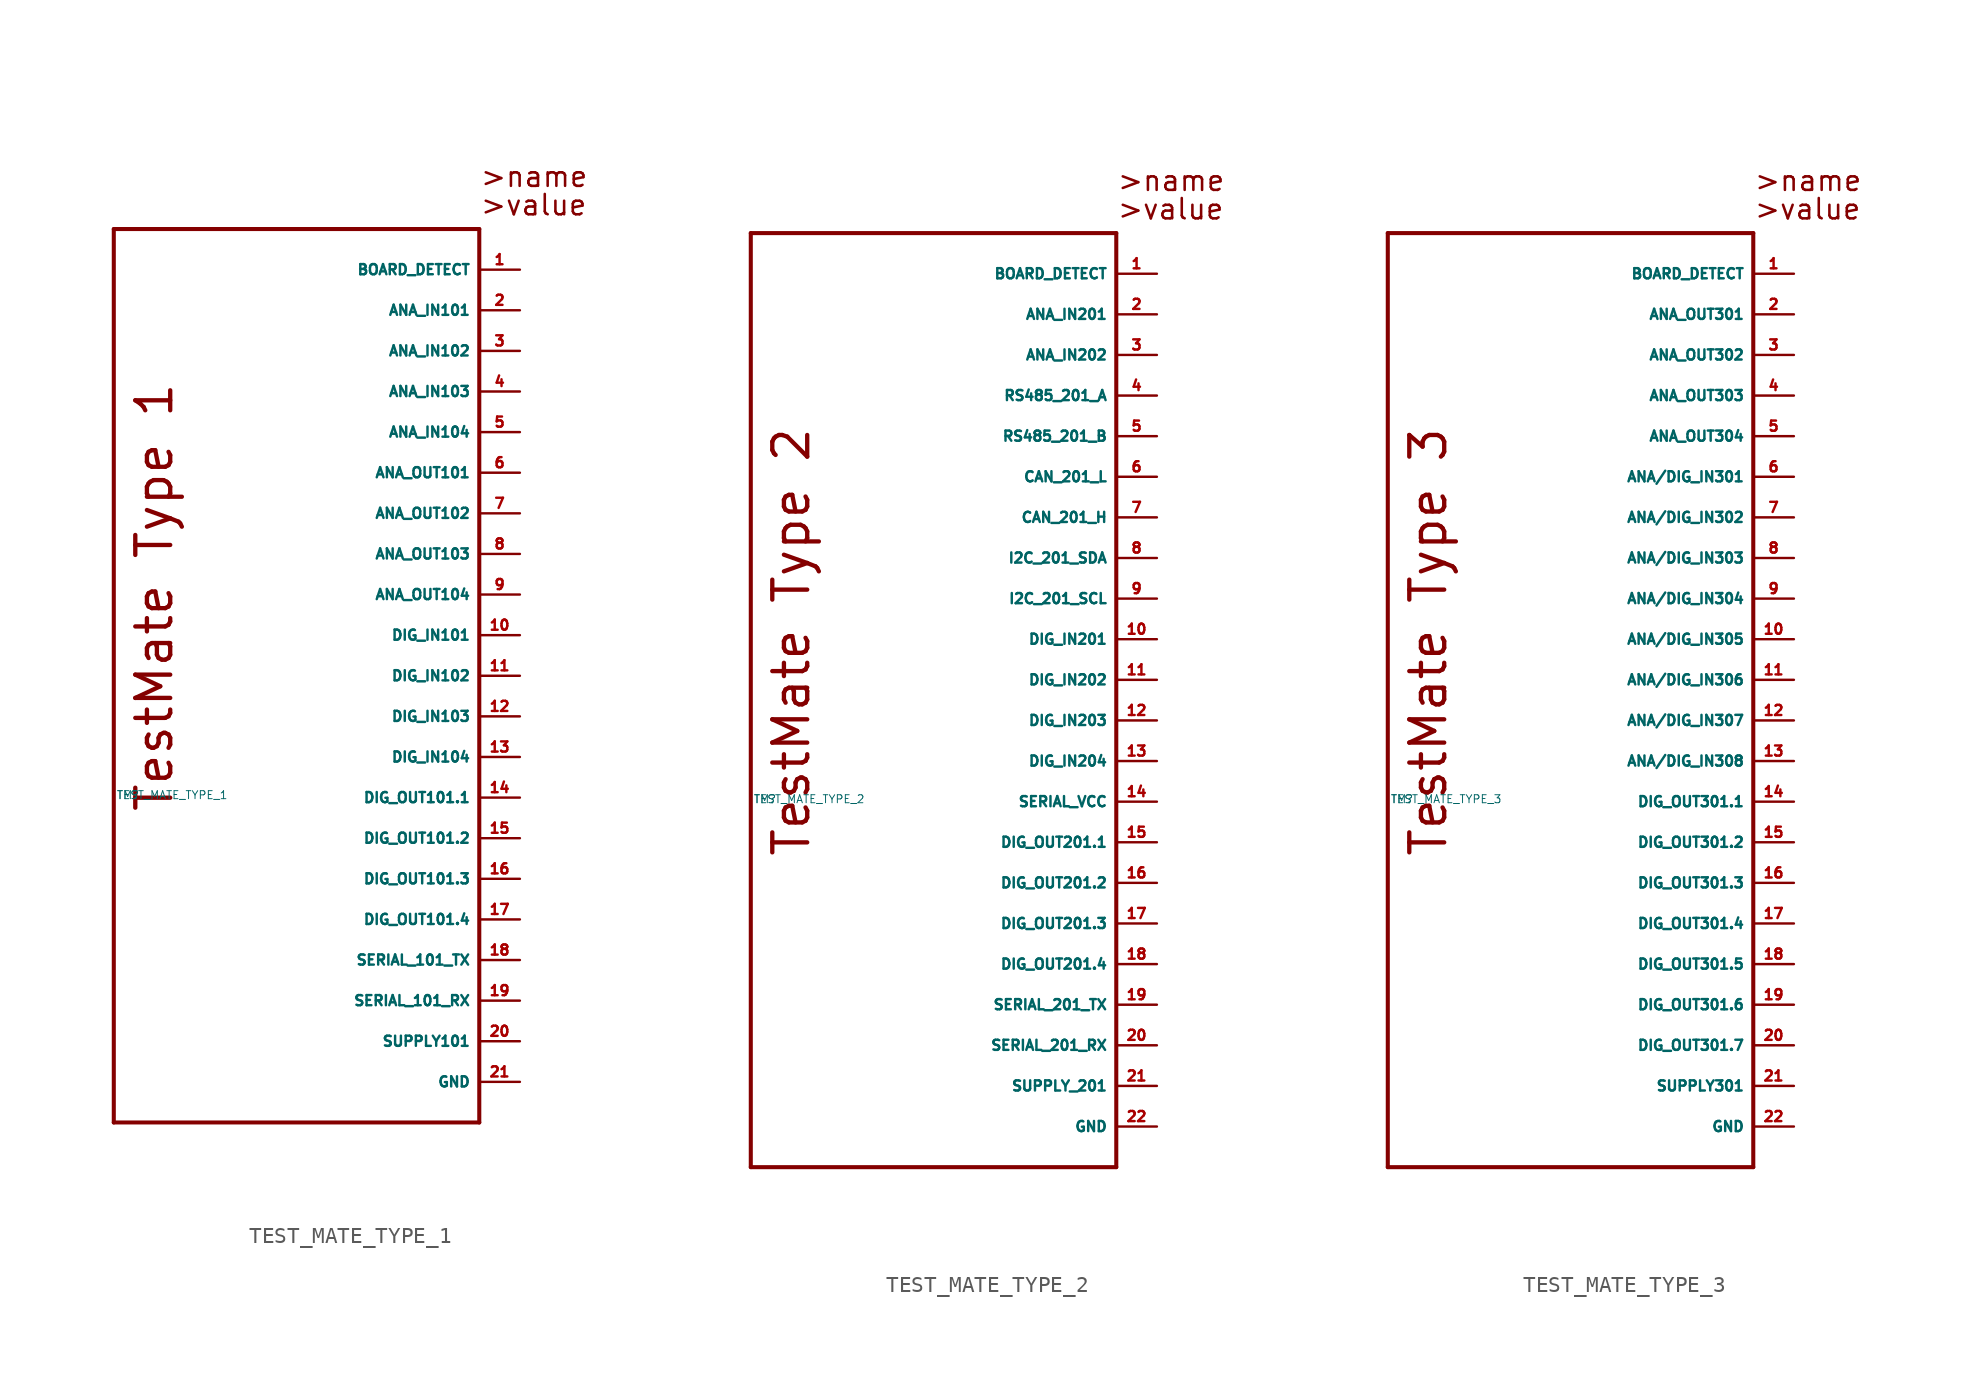
<source format=kicad_sym>
(kicad_symbol_lib
  (version 20220914)
  (generator Eagle2Kicad)
  (symbol "TEST_MATE_TYPE_1"
    (property "Reference" "TM"
      (at -10 -10 0)
      (effects (font (size 0.5 0.5) (thickness 0.06)) (justify left)))
    (property "Value" "TEST_MATE_TYPE_1"
      (at -10 -10 0)
      (effects (font (size 0.5 0.5) (thickness 0.06)) (justify left)))
    (polyline
      (pts (xy 12.7 25.4) (xy -10.16 25.4))
      (stroke (width 0.254) (type default))
      (fill (type none)))
    (polyline
      (pts (xy -10.16 25.4) (xy -10.16 -30.48))
      (stroke (width 0.254) (type default))
      (fill (type none)))
    (polyline
      (pts (xy -10.16 -30.48) (xy 12.7 -30.48))
      (stroke (width 0.254) (type default))
      (fill (type none)))
    (polyline
      (pts (xy 12.7 -30.48) (xy 12.7 25.4))
      (stroke (width 0.254) (type default))
      (fill (type none)))
    (text ">name"
      (at 12.7 27.94 0)
      (effects (font (size 1.27 1.27) (thickness 0.16)) (justify left bottom mirror)))
    (text ">value"
      (at 12.7 26.162 0)
      (effects (font (size 1.27 1.27) (thickness 0.16)) (justify left bottom mirror)))
    (text "TestMate Type 1"
      (at -6.35 -11.176 900)
      (effects (font (size 2.184 2.184) (thickness 0.27)) (justify left bottom)))
    (pin bidirectional line
      (at 15.24 22.86 180)
      (length 2.54)
      (name "BOARD_DETECT" (effects (font (size 0.635 0.635) (thickness 0.08)) (justify left bottom)))
      (number "1" (effects (font (size 0.635 0.635) (thickness 0.08)) (justify left bottom))))
    (pin bidirectional line
      (at 15.24 20.32 180)
      (length 2.54)
      (name "ANA_IN101" (effects (font (size 0.635 0.635) (thickness 0.08)) (justify left bottom)))
      (number "2" (effects (font (size 0.635 0.635) (thickness 0.08)) (justify left bottom))))
    (pin bidirectional line
      (at 15.24 17.78 180)
      (length 2.54)
      (name "ANA_IN102" (effects (font (size 0.635 0.635) (thickness 0.08)) (justify left bottom)))
      (number "3" (effects (font (size 0.635 0.635) (thickness 0.08)) (justify left bottom))))
    (pin bidirectional line
      (at 15.24 15.24 180)
      (length 2.54)
      (name "ANA_IN103" (effects (font (size 0.635 0.635) (thickness 0.08)) (justify left bottom)))
      (number "4" (effects (font (size 0.635 0.635) (thickness 0.08)) (justify left bottom))))
    (pin bidirectional line
      (at 15.24 12.7 180)
      (length 2.54)
      (name "ANA_IN104" (effects (font (size 0.635 0.635) (thickness 0.08)) (justify left bottom)))
      (number "5" (effects (font (size 0.635 0.635) (thickness 0.08)) (justify left bottom))))
    (pin bidirectional line
      (at 15.24 10.16 180)
      (length 2.54)
      (name "ANA_OUT101" (effects (font (size 0.635 0.635) (thickness 0.08)) (justify left bottom)))
      (number "6" (effects (font (size 0.635 0.635) (thickness 0.08)) (justify left bottom))))
    (pin bidirectional line
      (at 15.24 7.62 180)
      (length 2.54)
      (name "ANA_OUT102" (effects (font (size 0.635 0.635) (thickness 0.08)) (justify left bottom)))
      (number "7" (effects (font (size 0.635 0.635) (thickness 0.08)) (justify left bottom))))
    (pin bidirectional line
      (at 15.24 5.08 180)
      (length 2.54)
      (name "ANA_OUT103" (effects (font (size 0.635 0.635) (thickness 0.08)) (justify left bottom)))
      (number "8" (effects (font (size 0.635 0.635) (thickness 0.08)) (justify left bottom))))
    (pin bidirectional line
      (at 15.24 2.54 180)
      (length 2.54)
      (name "ANA_OUT104" (effects (font (size 0.635 0.635) (thickness 0.08)) (justify left bottom)))
      (number "9" (effects (font (size 0.635 0.635) (thickness 0.08)) (justify left bottom))))
    (pin bidirectional line
      (at 15.24 0 180)
      (length 2.54)
      (name "DIG_IN101" (effects (font (size 0.635 0.635) (thickness 0.08)) (justify left bottom)))
      (number "10" (effects (font (size 0.635 0.635) (thickness 0.08)) (justify left bottom))))
    (pin bidirectional line
      (at 15.24 -2.54 180)
      (length 2.54)
      (name "DIG_IN102" (effects (font (size 0.635 0.635) (thickness 0.08)) (justify left bottom)))
      (number "11" (effects (font (size 0.635 0.635) (thickness 0.08)) (justify left bottom))))
    (pin bidirectional line
      (at 15.24 -5.08 180)
      (length 2.54)
      (name "DIG_IN103" (effects (font (size 0.635 0.635) (thickness 0.08)) (justify left bottom)))
      (number "12" (effects (font (size 0.635 0.635) (thickness 0.08)) (justify left bottom))))
    (pin bidirectional line
      (at 15.24 -7.62 180)
      (length 2.54)
      (name "DIG_IN104" (effects (font (size 0.635 0.635) (thickness 0.08)) (justify left bottom)))
      (number "13" (effects (font (size 0.635 0.635) (thickness 0.08)) (justify left bottom))))
    (pin bidirectional line
      (at 15.24 -10.16 180)
      (length 2.54)
      (name "DIG_OUT101.1" (effects (font (size 0.635 0.635) (thickness 0.08)) (justify left bottom)))
      (number "14" (effects (font (size 0.635 0.635) (thickness 0.08)) (justify left bottom))))
    (pin bidirectional line
      (at 15.24 -12.7 180)
      (length 2.54)
      (name "DIG_OUT101.2" (effects (font (size 0.635 0.635) (thickness 0.08)) (justify left bottom)))
      (number "15" (effects (font (size 0.635 0.635) (thickness 0.08)) (justify left bottom))))
    (pin bidirectional line
      (at 15.24 -15.24 180)
      (length 2.54)
      (name "DIG_OUT101.3" (effects (font (size 0.635 0.635) (thickness 0.08)) (justify left bottom)))
      (number "16" (effects (font (size 0.635 0.635) (thickness 0.08)) (justify left bottom))))
    (pin bidirectional line
      (at 15.24 -17.78 180)
      (length 2.54)
      (name "DIG_OUT101.4" (effects (font (size 0.635 0.635) (thickness 0.08)) (justify left bottom)))
      (number "17" (effects (font (size 0.635 0.635) (thickness 0.08)) (justify left bottom))))
    (pin bidirectional line
      (at 15.24 -20.32 180)
      (length 2.54)
      (name "SERIAL_101_TX" (effects (font (size 0.635 0.635) (thickness 0.08)) (justify left bottom)))
      (number "18" (effects (font (size 0.635 0.635) (thickness 0.08)) (justify left bottom))))
    (pin bidirectional line
      (at 15.24 -22.86 180)
      (length 2.54)
      (name "SERIAL_101_RX" (effects (font (size 0.635 0.635) (thickness 0.08)) (justify left bottom)))
      (number "19" (effects (font (size 0.635 0.635) (thickness 0.08)) (justify left bottom))))
    (pin bidirectional line
      (at 15.24 -25.4 180)
      (length 2.54)
      (name "SUPPLY101" (effects (font (size 0.635 0.635) (thickness 0.08)) (justify left bottom)))
      (number "20" (effects (font (size 0.635 0.635) (thickness 0.08)) (justify left bottom))))
    (pin bidirectional line
      (at 15.24 -27.94 180)
      (length 2.54)
      (name "GND" (effects (font (size 0.635 0.635) (thickness 0.08)) (justify left bottom)))
      (number "21" (effects (font (size 0.635 0.635) (thickness 0.08)) (justify left bottom)))))
  (symbol "TEST_MATE_TYPE_2"
    (property "Reference" "TM"
      (at -10 -10 0)
      (effects (font (size 0.5 0.5) (thickness 0.06)) (justify left)))
    (property "Value" "TEST_MATE_TYPE_2"
      (at -10 -10 0)
      (effects (font (size 0.5 0.5) (thickness 0.06)) (justify left)))
    (polyline
      (pts (xy 12.7 25.4) (xy -10.16 25.4))
      (stroke (width 0.254) (type default))
      (fill (type none)))
    (polyline
      (pts (xy -10.16 25.4) (xy -10.16 -33.02))
      (stroke (width 0.254) (type default))
      (fill (type none)))
    (polyline
      (pts (xy -10.16 -33.02) (xy 12.7 -33.02))
      (stroke (width 0.254) (type default))
      (fill (type none)))
    (polyline
      (pts (xy 12.7 -33.02) (xy 12.7 25.4))
      (stroke (width 0.254) (type default))
      (fill (type none)))
    (text ">name"
      (at 12.7 27.94 0)
      (effects (font (size 1.27 1.27) (thickness 0.16)) (justify left bottom mirror)))
    (text ">value"
      (at 12.7 26.162 0)
      (effects (font (size 1.27 1.27) (thickness 0.16)) (justify left bottom mirror)))
    (text "TestMate Type 2"
      (at -6.35 -13.716 900)
      (effects (font (size 2.184 2.184) (thickness 0.27)) (justify left bottom)))
    (pin bidirectional line
      (at 15.24 22.86 180)
      (length 2.54)
      (name "BOARD_DETECT" (effects (font (size 0.635 0.635) (thickness 0.08)) (justify left bottom)))
      (number "1" (effects (font (size 0.635 0.635) (thickness 0.08)) (justify left bottom))))
    (pin bidirectional line
      (at 15.24 20.32 180)
      (length 2.54)
      (name "ANA_IN201" (effects (font (size 0.635 0.635) (thickness 0.08)) (justify left bottom)))
      (number "2" (effects (font (size 0.635 0.635) (thickness 0.08)) (justify left bottom))))
    (pin bidirectional line
      (at 15.24 17.78 180)
      (length 2.54)
      (name "ANA_IN202" (effects (font (size 0.635 0.635) (thickness 0.08)) (justify left bottom)))
      (number "3" (effects (font (size 0.635 0.635) (thickness 0.08)) (justify left bottom))))
    (pin bidirectional line
      (at 15.24 15.24 180)
      (length 2.54)
      (name "RS485_201_A" (effects (font (size 0.635 0.635) (thickness 0.08)) (justify left bottom)))
      (number "4" (effects (font (size 0.635 0.635) (thickness 0.08)) (justify left bottom))))
    (pin bidirectional line
      (at 15.24 12.7 180)
      (length 2.54)
      (name "RS485_201_B" (effects (font (size 0.635 0.635) (thickness 0.08)) (justify left bottom)))
      (number "5" (effects (font (size 0.635 0.635) (thickness 0.08)) (justify left bottom))))
    (pin bidirectional line
      (at 15.24 10.16 180)
      (length 2.54)
      (name "CAN_201_L" (effects (font (size 0.635 0.635) (thickness 0.08)) (justify left bottom)))
      (number "6" (effects (font (size 0.635 0.635) (thickness 0.08)) (justify left bottom))))
    (pin bidirectional line
      (at 15.24 7.62 180)
      (length 2.54)
      (name "CAN_201_H" (effects (font (size 0.635 0.635) (thickness 0.08)) (justify left bottom)))
      (number "7" (effects (font (size 0.635 0.635) (thickness 0.08)) (justify left bottom))))
    (pin bidirectional line
      (at 15.24 5.08 180)
      (length 2.54)
      (name "I2C_201_SDA" (effects (font (size 0.635 0.635) (thickness 0.08)) (justify left bottom)))
      (number "8" (effects (font (size 0.635 0.635) (thickness 0.08)) (justify left bottom))))
    (pin bidirectional line
      (at 15.24 2.54 180)
      (length 2.54)
      (name "I2C_201_SCL" (effects (font (size 0.635 0.635) (thickness 0.08)) (justify left bottom)))
      (number "9" (effects (font (size 0.635 0.635) (thickness 0.08)) (justify left bottom))))
    (pin bidirectional line
      (at 15.24 0 180)
      (length 2.54)
      (name "DIG_IN201" (effects (font (size 0.635 0.635) (thickness 0.08)) (justify left bottom)))
      (number "10" (effects (font (size 0.635 0.635) (thickness 0.08)) (justify left bottom))))
    (pin bidirectional line
      (at 15.24 -2.54 180)
      (length 2.54)
      (name "DIG_IN202" (effects (font (size 0.635 0.635) (thickness 0.08)) (justify left bottom)))
      (number "11" (effects (font (size 0.635 0.635) (thickness 0.08)) (justify left bottom))))
    (pin bidirectional line
      (at 15.24 -5.08 180)
      (length 2.54)
      (name "DIG_IN203" (effects (font (size 0.635 0.635) (thickness 0.08)) (justify left bottom)))
      (number "12" (effects (font (size 0.635 0.635) (thickness 0.08)) (justify left bottom))))
    (pin bidirectional line
      (at 15.24 -7.62 180)
      (length 2.54)
      (name "DIG_IN204" (effects (font (size 0.635 0.635) (thickness 0.08)) (justify left bottom)))
      (number "13" (effects (font (size 0.635 0.635) (thickness 0.08)) (justify left bottom))))
    (pin bidirectional line
      (at 15.24 -12.7 180)
      (length 2.54)
      (name "DIG_OUT201.1" (effects (font (size 0.635 0.635) (thickness 0.08)) (justify left bottom)))
      (number "15" (effects (font (size 0.635 0.635) (thickness 0.08)) (justify left bottom))))
    (pin bidirectional line
      (at 15.24 -15.24 180)
      (length 2.54)
      (name "DIG_OUT201.2" (effects (font (size 0.635 0.635) (thickness 0.08)) (justify left bottom)))
      (number "16" (effects (font (size 0.635 0.635) (thickness 0.08)) (justify left bottom))))
    (pin bidirectional line
      (at 15.24 -17.78 180)
      (length 2.54)
      (name "DIG_OUT201.3" (effects (font (size 0.635 0.635) (thickness 0.08)) (justify left bottom)))
      (number "17" (effects (font (size 0.635 0.635) (thickness 0.08)) (justify left bottom))))
    (pin bidirectional line
      (at 15.24 -20.32 180)
      (length 2.54)
      (name "DIG_OUT201.4" (effects (font (size 0.635 0.635) (thickness 0.08)) (justify left bottom)))
      (number "18" (effects (font (size 0.635 0.635) (thickness 0.08)) (justify left bottom))))
    (pin bidirectional line
      (at 15.24 -22.86 180)
      (length 2.54)
      (name "SERIAL_201_TX" (effects (font (size 0.635 0.635) (thickness 0.08)) (justify left bottom)))
      (number "19" (effects (font (size 0.635 0.635) (thickness 0.08)) (justify left bottom))))
    (pin bidirectional line
      (at 15.24 -25.4 180)
      (length 2.54)
      (name "SERIAL_201_RX" (effects (font (size 0.635 0.635) (thickness 0.08)) (justify left bottom)))
      (number "20" (effects (font (size 0.635 0.635) (thickness 0.08)) (justify left bottom))))
    (pin bidirectional line
      (at 15.24 -27.94 180)
      (length 2.54)
      (name "SUPPLY_201" (effects (font (size 0.635 0.635) (thickness 0.08)) (justify left bottom)))
      (number "21" (effects (font (size 0.635 0.635) (thickness 0.08)) (justify left bottom))))
    (pin bidirectional line
      (at 15.24 -30.48 180)
      (length 2.54)
      (name "GND" (effects (font (size 0.635 0.635) (thickness 0.08)) (justify left bottom)))
      (number "22" (effects (font (size 0.635 0.635) (thickness 0.08)) (justify left bottom))))
    (pin bidirectional line
      (at 15.24 -10.16 180)
      (length 2.54)
      (name "SERIAL_VCC" (effects (font (size 0.635 0.635) (thickness 0.08)) (justify left bottom)))
      (number "14" (effects (font (size 0.635 0.635) (thickness 0.08)) (justify left bottom)))))
  (symbol "TEST_MATE_TYPE_3"
    (property "Reference" "TM"
      (at -10 -10 0)
      (effects (font (size 0.5 0.5) (thickness 0.06)) (justify left)))
    (property "Value" "TEST_MATE_TYPE_3"
      (at -10 -10 0)
      (effects (font (size 0.5 0.5) (thickness 0.06)) (justify left)))
    (polyline
      (pts (xy 12.7 25.4) (xy -10.16 25.4))
      (stroke (width 0.254) (type default))
      (fill (type none)))
    (polyline
      (pts (xy -10.16 25.4) (xy -10.16 -33.02))
      (stroke (width 0.254) (type default))
      (fill (type none)))
    (polyline
      (pts (xy -10.16 -33.02) (xy 12.7 -33.02))
      (stroke (width 0.254) (type default))
      (fill (type none)))
    (polyline
      (pts (xy 12.7 -33.02) (xy 12.7 25.4))
      (stroke (width 0.254) (type default))
      (fill (type none)))
    (text ">name"
      (at 12.7 27.94 0)
      (effects (font (size 1.27 1.27) (thickness 0.16)) (justify left bottom mirror)))
    (text ">value"
      (at 12.7 26.162 0)
      (effects (font (size 1.27 1.27) (thickness 0.16)) (justify left bottom mirror)))
    (text "TestMate Type 3"
      (at -6.35 -13.716 900)
      (effects (font (size 2.184 2.184) (thickness 0.27)) (justify left bottom)))
    (pin bidirectional line
      (at 15.24 22.86 180)
      (length 2.54)
      (name "BOARD_DETECT" (effects (font (size 0.635 0.635) (thickness 0.08)) (justify left bottom)))
      (number "1" (effects (font (size 0.635 0.635) (thickness 0.08)) (justify left bottom))))
    (pin bidirectional line
      (at 15.24 20.32 180)
      (length 2.54)
      (name "ANA_OUT301" (effects (font (size 0.635 0.635) (thickness 0.08)) (justify left bottom)))
      (number "2" (effects (font (size 0.635 0.635) (thickness 0.08)) (justify left bottom))))
    (pin bidirectional line
      (at 15.24 17.78 180)
      (length 2.54)
      (name "ANA_OUT302" (effects (font (size 0.635 0.635) (thickness 0.08)) (justify left bottom)))
      (number "3" (effects (font (size 0.635 0.635) (thickness 0.08)) (justify left bottom))))
    (pin bidirectional line
      (at 15.24 15.24 180)
      (length 2.54)
      (name "ANA_OUT303" (effects (font (size 0.635 0.635) (thickness 0.08)) (justify left bottom)))
      (number "4" (effects (font (size 0.635 0.635) (thickness 0.08)) (justify left bottom))))
    (pin bidirectional line
      (at 15.24 12.7 180)
      (length 2.54)
      (name "ANA_OUT304" (effects (font (size 0.635 0.635) (thickness 0.08)) (justify left bottom)))
      (number "5" (effects (font (size 0.635 0.635) (thickness 0.08)) (justify left bottom))))
    (pin bidirectional line
      (at 15.24 10.16 180)
      (length 2.54)
      (name "ANA/DIG_IN301" (effects (font (size 0.635 0.635) (thickness 0.08)) (justify left bottom)))
      (number "6" (effects (font (size 0.635 0.635) (thickness 0.08)) (justify left bottom))))
    (pin bidirectional line
      (at 15.24 7.62 180)
      (length 2.54)
      (name "ANA/DIG_IN302" (effects (font (size 0.635 0.635) (thickness 0.08)) (justify left bottom)))
      (number "7" (effects (font (size 0.635 0.635) (thickness 0.08)) (justify left bottom))))
    (pin bidirectional line
      (at 15.24 5.08 180)
      (length 2.54)
      (name "ANA/DIG_IN303" (effects (font (size 0.635 0.635) (thickness 0.08)) (justify left bottom)))
      (number "8" (effects (font (size 0.635 0.635) (thickness 0.08)) (justify left bottom))))
    (pin bidirectional line
      (at 15.24 2.54 180)
      (length 2.54)
      (name "ANA/DIG_IN304" (effects (font (size 0.635 0.635) (thickness 0.08)) (justify left bottom)))
      (number "9" (effects (font (size 0.635 0.635) (thickness 0.08)) (justify left bottom))))
    (pin bidirectional line
      (at 15.24 0 180)
      (length 2.54)
      (name "ANA/DIG_IN305" (effects (font (size 0.635 0.635) (thickness 0.08)) (justify left bottom)))
      (number "10" (effects (font (size 0.635 0.635) (thickness 0.08)) (justify left bottom))))
    (pin bidirectional line
      (at 15.24 -2.54 180)
      (length 2.54)
      (name "ANA/DIG_IN306" (effects (font (size 0.635 0.635) (thickness 0.08)) (justify left bottom)))
      (number "11" (effects (font (size 0.635 0.635) (thickness 0.08)) (justify left bottom))))
    (pin bidirectional line
      (at 15.24 -5.08 180)
      (length 2.54)
      (name "ANA/DIG_IN307" (effects (font (size 0.635 0.635) (thickness 0.08)) (justify left bottom)))
      (number "12" (effects (font (size 0.635 0.635) (thickness 0.08)) (justify left bottom))))
    (pin bidirectional line
      (at 15.24 -7.62 180)
      (length 2.54)
      (name "ANA/DIG_IN308" (effects (font (size 0.635 0.635) (thickness 0.08)) (justify left bottom)))
      (number "13" (effects (font (size 0.635 0.635) (thickness 0.08)) (justify left bottom))))
    (pin bidirectional line
      (at 15.24 -12.7 180)
      (length 2.54)
      (name "DIG_OUT301.2" (effects (font (size 0.635 0.635) (thickness 0.08)) (justify left bottom)))
      (number "15" (effects (font (size 0.635 0.635) (thickness 0.08)) (justify left bottom))))
    (pin bidirectional line
      (at 15.24 -15.24 180)
      (length 2.54)
      (name "DIG_OUT301.3" (effects (font (size 0.635 0.635) (thickness 0.08)) (justify left bottom)))
      (number "16" (effects (font (size 0.635 0.635) (thickness 0.08)) (justify left bottom))))
    (pin bidirectional line
      (at 15.24 -17.78 180)
      (length 2.54)
      (name "DIG_OUT301.4" (effects (font (size 0.635 0.635) (thickness 0.08)) (justify left bottom)))
      (number "17" (effects (font (size 0.635 0.635) (thickness 0.08)) (justify left bottom))))
    (pin bidirectional line
      (at 15.24 -20.32 180)
      (length 2.54)
      (name "DIG_OUT301.5" (effects (font (size 0.635 0.635) (thickness 0.08)) (justify left bottom)))
      (number "18" (effects (font (size 0.635 0.635) (thickness 0.08)) (justify left bottom))))
    (pin bidirectional line
      (at 15.24 -22.86 180)
      (length 2.54)
      (name "DIG_OUT301.6" (effects (font (size 0.635 0.635) (thickness 0.08)) (justify left bottom)))
      (number "19" (effects (font (size 0.635 0.635) (thickness 0.08)) (justify left bottom))))
    (pin bidirectional line
      (at 15.24 -25.4 180)
      (length 2.54)
      (name "DIG_OUT301.7" (effects (font (size 0.635 0.635) (thickness 0.08)) (justify left bottom)))
      (number "20" (effects (font (size 0.635 0.635) (thickness 0.08)) (justify left bottom))))
    (pin bidirectional line
      (at 15.24 -27.94 180)
      (length 2.54)
      (name "SUPPLY301" (effects (font (size 0.635 0.635) (thickness 0.08)) (justify left bottom)))
      (number "21" (effects (font (size 0.635 0.635) (thickness 0.08)) (justify left bottom))))
    (pin bidirectional line
      (at 15.24 -30.48 180)
      (length 2.54)
      (name "GND" (effects (font (size 0.635 0.635) (thickness 0.08)) (justify left bottom)))
      (number "22" (effects (font (size 0.635 0.635) (thickness 0.08)) (justify left bottom))))
    (pin bidirectional line
      (at 15.24 -10.16 180)
      (length 2.54)
      (name "DIG_OUT301.1" (effects (font (size 0.635 0.635) (thickness 0.08)) (justify left bottom)))
      (number "14" (effects (font (size 0.635 0.635) (thickness 0.08)) (justify left bottom))))))
</source>
